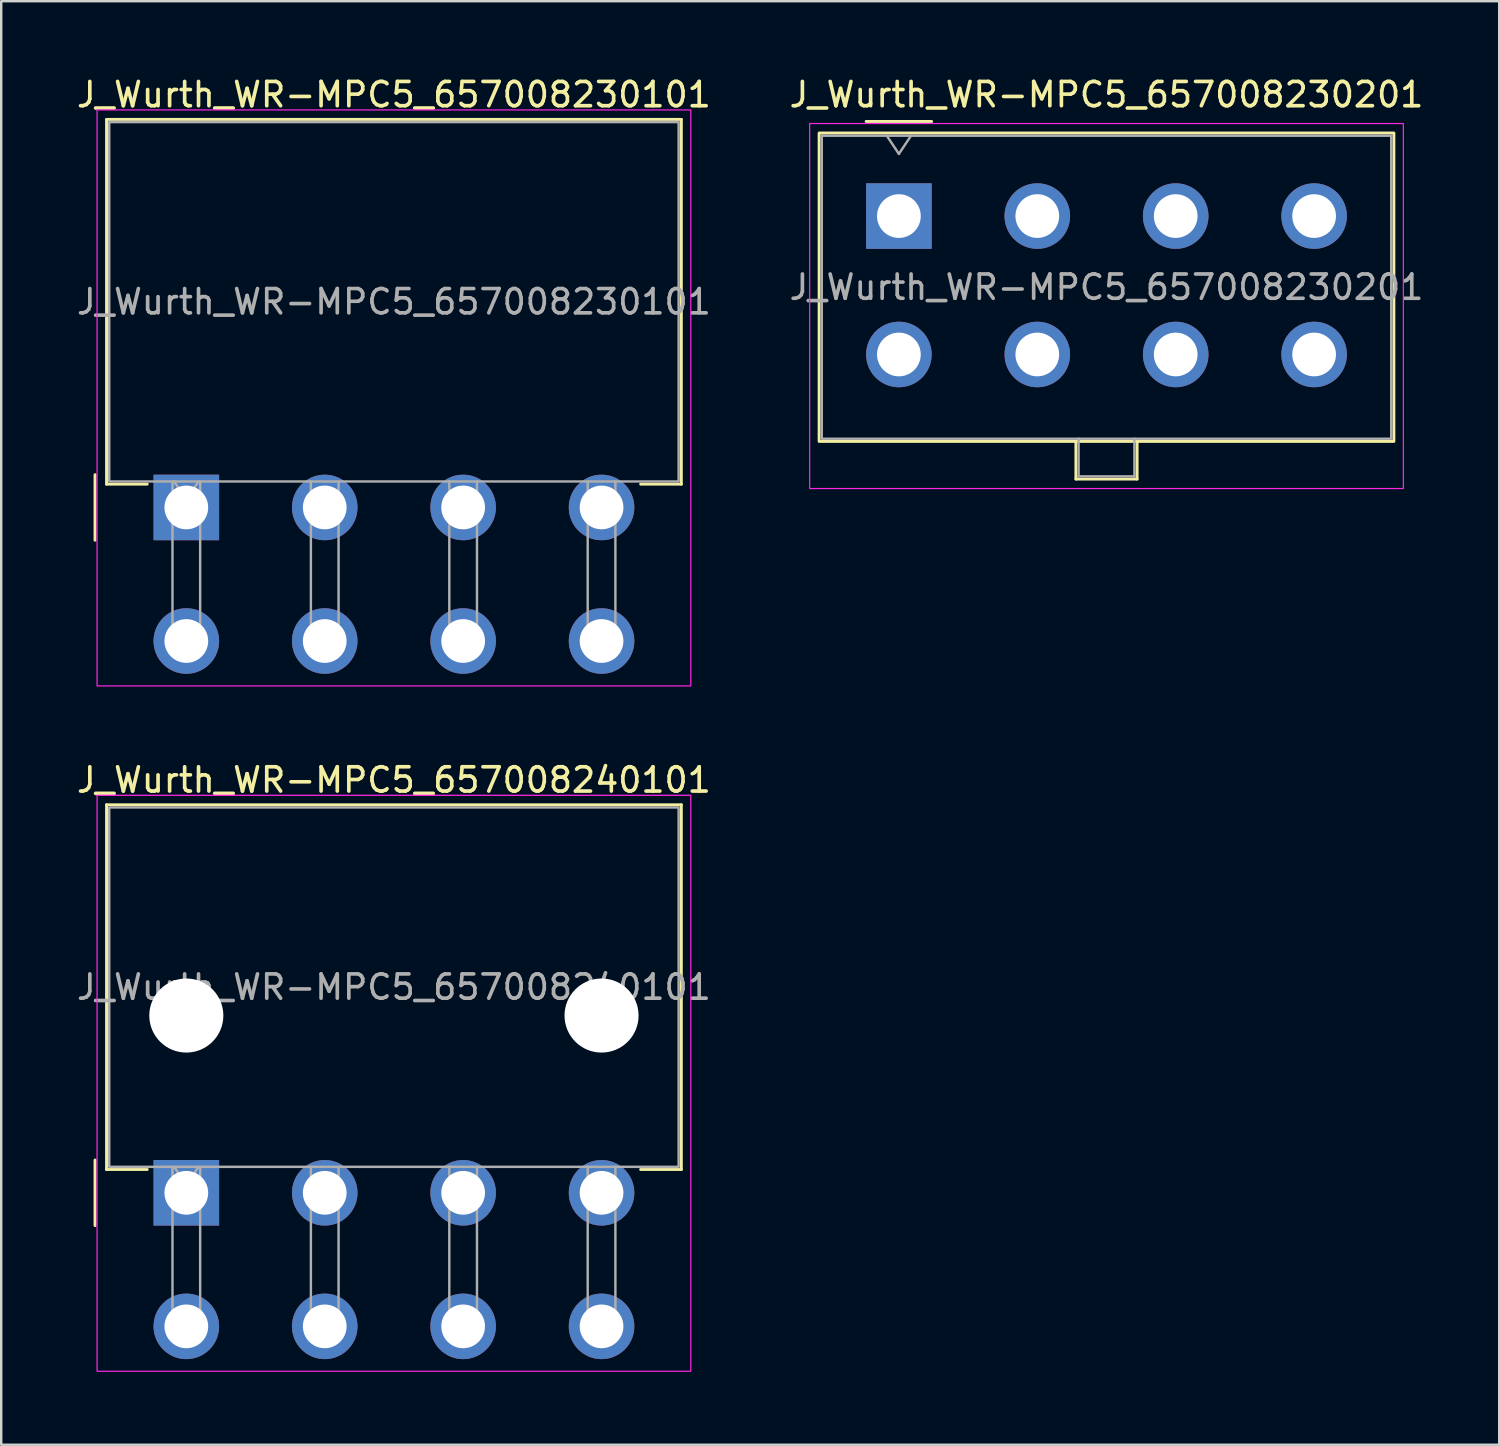
<source format=kicad_pcb>
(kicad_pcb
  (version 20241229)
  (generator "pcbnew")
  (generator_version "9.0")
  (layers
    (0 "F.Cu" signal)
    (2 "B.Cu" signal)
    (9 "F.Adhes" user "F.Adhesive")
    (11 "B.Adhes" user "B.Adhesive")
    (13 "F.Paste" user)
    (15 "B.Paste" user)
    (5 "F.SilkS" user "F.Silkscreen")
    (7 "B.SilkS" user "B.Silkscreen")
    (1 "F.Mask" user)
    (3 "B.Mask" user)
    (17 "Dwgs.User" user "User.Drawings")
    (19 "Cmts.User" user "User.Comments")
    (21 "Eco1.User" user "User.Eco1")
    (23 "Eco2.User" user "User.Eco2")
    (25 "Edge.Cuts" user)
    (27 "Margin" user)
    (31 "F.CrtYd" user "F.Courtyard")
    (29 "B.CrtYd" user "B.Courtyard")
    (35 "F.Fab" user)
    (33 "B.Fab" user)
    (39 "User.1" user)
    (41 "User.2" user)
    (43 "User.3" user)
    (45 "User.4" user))
  (footprint "J_Wurth_WR-MPC5_657008240101"
    (layer "F.Cu")
    (at 4.623 46.072)
    (property "Reference" "J_Wurth_WR-MPC5_657008240101" (at 8.55 -17 0) (unlocked yes) (layer "F.SilkS") (effects (font (size 1 1) (thickness 0.15))))
    (attr through_hole)
    (fp_line (start -3.76 -1.35) (end -3.76 1.35) (stroke (width 0.12) (type solid)) (layer "F.SilkS"))
    (fp_line (start -3.285 -15.98) (end -3.285 -0.96) (stroke (width 0.12) (type solid)) (layer "F.SilkS"))
    (fp_line (start -3.285 -15.98) (end 20.385 -15.98) (stroke (width 0.12) (type solid)) (layer "F.SilkS"))
    (fp_line (start -1.61 -0.96) (end -3.285 -0.96) (stroke (width 0.12) (type solid)) (layer "F.SilkS"))
    (fp_line (start 20.385 -15.98) (end 20.385 -0.96) (stroke (width 0.12) (type solid)) (layer "F.SilkS"))
    (fp_line (start 20.385 -0.96) (end 18.71 -0.96) (stroke (width 0.12) (type solid)) (layer "F.SilkS"))
    (fp_rect (start -3.675 -16.37) (end 20.775 7.35) (stroke (width 0.05) (type solid)) (fill no) (layer "F.CrtYd"))
    (fp_line (start -0.57 0.57) (end -0.57 -1.07) (stroke (width 0.1) (type solid)) (layer "F.Fab"))
    (fp_line (start -0.57 0.57) (end 0.57 0.57) (stroke (width 0.1) (type solid)) (layer "F.Fab"))
    (fp_line (start -0.57 6.07) (end -0.57 0.57) (stroke (width 0.1) (type solid)) (layer "F.Fab"))
    (fp_line (start 0 -0.32) (end -0.5 -1.07) (stroke (width 0.1) (type solid)) (layer "F.Fab"))
    (fp_line (start 0 -0.32) (end 0.5 -1.07) (stroke (width 0.1) (type solid)) (layer "F.Fab"))
    (fp_line (start 0.57 0.57) (end 0.57 -1.07) (stroke (width 0.1) (type solid)) (layer "F.Fab"))
    (fp_line (start 0.57 6.07) (end -0.57 6.07) (stroke (width 0.1) (type solid)) (layer "F.Fab"))
    (fp_line (start 0.57 6.07) (end 0.57 0.57) (stroke (width 0.1) (type solid)) (layer "F.Fab"))
    (fp_line (start 5.13 0.57) (end 5.13 -1.07) (stroke (width 0.1) (type solid)) (layer "F.Fab"))
    (fp_line (start 5.13 0.57) (end 6.27 0.57) (stroke (width 0.1) (type solid)) (layer "F.Fab"))
    (fp_line (start 5.13 6.07) (end 5.13 0.57) (stroke (width 0.1) (type solid)) (layer "F.Fab"))
    (fp_line (start 6.27 0.57) (end 6.27 -1.07) (stroke (width 0.1) (type solid)) (layer "F.Fab"))
    (fp_line (start 6.27 6.07) (end 5.13 6.07) (stroke (width 0.1) (type solid)) (layer "F.Fab"))
    (fp_line (start 6.27 6.07) (end 6.27 0.57) (stroke (width 0.1) (type solid)) (layer "F.Fab"))
    (fp_line (start 10.83 0.57) (end 10.83 -1.07) (stroke (width 0.1) (type solid)) (layer "F.Fab"))
    (fp_line (start 10.83 0.57) (end 11.97 0.57) (stroke (width 0.1) (type solid)) (layer "F.Fab"))
    (fp_line (start 10.83 6.07) (end 10.83 0.57) (stroke (width 0.1) (type solid)) (layer "F.Fab"))
    (fp_line (start 11.97 0.57) (end 11.97 -1.07) (stroke (width 0.1) (type solid)) (layer "F.Fab"))
    (fp_line (start 11.97 6.07) (end 10.83 6.07) (stroke (width 0.1) (type solid)) (layer "F.Fab"))
    (fp_line (start 11.97 6.07) (end 11.97 0.57) (stroke (width 0.1) (type solid)) (layer "F.Fab"))
    (fp_line (start 16.53 0.57) (end 16.53 -1.07) (stroke (width 0.1) (type solid)) (layer "F.Fab"))
    (fp_line (start 16.53 0.57) (end 17.67 0.57) (stroke (width 0.1) (type solid)) (layer "F.Fab"))
    (fp_line (start 16.53 6.07) (end 16.53 0.57) (stroke (width 0.1) (type solid)) (layer "F.Fab"))
    (fp_line (start 17.67 0.57) (end 17.67 -1.07) (stroke (width 0.1) (type solid)) (layer "F.Fab"))
    (fp_line (start 17.67 6.07) (end 16.53 6.07) (stroke (width 0.1) (type solid)) (layer "F.Fab"))
    (fp_line (start 17.67 6.07) (end 17.67 0.57) (stroke (width 0.1) (type solid)) (layer "F.Fab"))
    (fp_rect (start -3.175 -15.87) (end 20.275 -1.07) (stroke (width 0.1) (type solid)) (fill no) (layer "F.Fab"))
    (fp_text user "${REFERENCE}" (at 8.55 -8.47 0) (unlocked yes) (layer "F.Fab") (effects (font (size 1 1) (thickness 0.15))))
    (pad "" np_thru_hole circle (at 0 -7.3 180) (size 3.05 3.05) (drill 3.05) (layers "*.Cu" "*.Mask"))
    (pad "" np_thru_hole circle (at 17.1 -7.3 180) (size 3.05 3.05) (drill 3.05) (layers "*.Cu" "*.Mask"))
    (pad "1" thru_hole rect (at 0 0 180) (size 2.7 2.7) (drill 1.8) (layers "*.Cu" "*.Mask"))
    (pad "2" thru_hole circle (at 5.7 0 180) (size 2.7 2.7) (drill 1.8) (layers "*.Cu" "*.Mask"))
    (pad "3" thru_hole circle (at 11.4 0 180) (size 2.7 2.7) (drill 1.8) (layers "*.Cu" "*.Mask"))
    (pad "4" thru_hole circle (at 17.1 0 180) (size 2.7 2.7) (drill 1.8) (layers "*.Cu" "*.Mask"))
    (pad "5" thru_hole circle (at 0 5.5 180) (size 2.7 2.7) (drill 1.8) (layers "*.Cu" "*.Mask"))
    (pad "6" thru_hole circle (at 5.7 5.5 180) (size 2.7 2.7) (drill 1.8) (layers "*.Cu" "*.Mask"))
    (pad "7" thru_hole circle (at 11.4 5.5 180) (size 2.7 2.7) (drill 1.8) (layers "*.Cu" "*.Mask"))
    (pad "8" thru_hole circle (at 17.1 5.5 180) (size 2.7 2.7) (drill 1.8) (layers "*.Cu" "*.Mask")))
  (footprint "J_Wurth_WR-MPC5_657008230201"
    (layer "F.Cu")
    (at 33.968 5.848)
    (property "Reference" "J_Wurth_WR-MPC5_657008230201" (at 8.55 -5 0) (unlocked yes) (layer "F.SilkS") (effects (font (size 1 1) (thickness 0.15))))
    (attr through_hole)
    (fp_line (start -1.35 -3.895) (end 1.35 -3.895) (stroke (width 0.12) (type solid)) (layer "F.SilkS"))
    (fp_line (start 7.29 9.28) (end 7.29 10.83) (stroke (width 0.12) (type solid)) (layer "F.SilkS"))
    (fp_line (start 7.29 10.83) (end 9.81 10.83) (stroke (width 0.12) (type solid)) (layer "F.SilkS"))
    (fp_line (start 9.81 9.28) (end 9.81 10.83) (stroke (width 0.12) (type solid)) (layer "F.SilkS"))
    (fp_rect (start -3.285 -3.42) (end 20.385 9.28) (stroke (width 0.12) (type solid)) (fill no) (layer "F.SilkS"))
    (fp_rect (start -3.675 -3.81) (end 20.775 11.22) (stroke (width 0.05) (type solid)) (fill no) (layer "F.CrtYd"))
    (fp_line (start 0 -2.56) (end -0.5 -3.31) (stroke (width 0.1) (type solid)) (layer "F.Fab"))
    (fp_line (start 0 -2.56) (end 0.5 -3.31) (stroke (width 0.1) (type solid)) (layer "F.Fab"))
    (fp_line (start 7.4 10.72) (end 7.4 9.17) (stroke (width 0.1) (type solid)) (layer "F.Fab"))
    (fp_line (start 9.7 9.17) (end 9.7 10.72) (stroke (width 0.1) (type solid)) (layer "F.Fab"))
    (fp_line (start 9.7 10.72) (end 7.4 10.72) (stroke (width 0.1) (type solid)) (layer "F.Fab"))
    (fp_rect (start -3.175 -3.31) (end 20.275 9.17) (stroke (width 0.1) (type solid)) (fill no) (layer "F.Fab"))
    (fp_text user "${REFERENCE}" (at 8.55 2.93 0) (unlocked yes) (layer "F.Fab") (effects (font (size 1 1) (thickness 0.15))))
    (pad "1" thru_hole rect (at 0 0 180) (size 2.7 2.7) (drill 1.8) (layers "*.Cu" "*.Mask"))
    (pad "2" thru_hole oval (at 5.7 0 180) (size 2.7 2.7) (drill 1.8) (layers "*.Cu" "*.Mask"))
    (pad "3" thru_hole oval (at 11.4 0 180) (size 2.7 2.7) (drill 1.8) (layers "*.Cu" "*.Mask"))
    (pad "4" thru_hole oval (at 17.1 0 180) (size 2.7 2.7) (drill 1.8) (layers "*.Cu" "*.Mask"))
    (pad "5" thru_hole circle (at 0 5.7 180) (size 2.7 2.7) (drill 1.8) (layers "*.Cu" "*.Mask"))
    (pad "6" thru_hole circle (at 5.7 5.7 180) (size 2.7 2.7) (drill 1.8) (layers "*.Cu" "*.Mask"))
    (pad "7" thru_hole circle (at 11.4 5.7 180) (size 2.7 2.7) (drill 1.8) (layers "*.Cu" "*.Mask"))
    (pad "8" thru_hole circle (at 17.1 5.7 180) (size 2.7 2.7) (drill 1.8) (layers "*.Cu" "*.Mask")))
  (footprint "J_Wurth_WR-MPC5_657008230101"
    (layer "F.Cu")
    (at 4.623 17.848)
    (property "Reference" "J_Wurth_WR-MPC5_657008230101" (at 8.55 -17 0) (unlocked yes) (layer "F.SilkS") (effects (font (size 1 1) (thickness 0.15))))
    (attr through_hole)
    (fp_line (start -3.76 -1.35) (end -3.76 1.35) (stroke (width 0.12) (type solid)) (layer "F.SilkS"))
    (fp_line (start -3.285 -15.98) (end -3.285 -0.96) (stroke (width 0.12) (type solid)) (layer "F.SilkS"))
    (fp_line (start -3.285 -15.98) (end 20.385 -15.98) (stroke (width 0.12) (type solid)) (layer "F.SilkS"))
    (fp_line (start -1.61 -0.96) (end -3.285 -0.96) (stroke (width 0.12) (type solid)) (layer "F.SilkS"))
    (fp_line (start 20.385 -15.98) (end 20.385 -0.96) (stroke (width 0.12) (type solid)) (layer "F.SilkS"))
    (fp_line (start 20.385 -0.96) (end 18.71 -0.96) (stroke (width 0.12) (type solid)) (layer "F.SilkS"))
    (fp_rect (start -3.675 -16.37) (end 20.775 7.35) (stroke (width 0.05) (type solid)) (fill no) (layer "F.CrtYd"))
    (fp_line (start -0.57 0.57) (end -0.57 -1.07) (stroke (width 0.1) (type solid)) (layer "F.Fab"))
    (fp_line (start -0.57 0.57) (end 0.57 0.57) (stroke (width 0.1) (type solid)) (layer "F.Fab"))
    (fp_line (start -0.57 6.07) (end -0.57 0.57) (stroke (width 0.1) (type solid)) (layer "F.Fab"))
    (fp_line (start 0 -0.32) (end -0.5 -1.07) (stroke (width 0.1) (type solid)) (layer "F.Fab"))
    (fp_line (start 0 -0.32) (end 0.5 -1.07) (stroke (width 0.1) (type solid)) (layer "F.Fab"))
    (fp_line (start 0.57 0.57) (end 0.57 -1.07) (stroke (width 0.1) (type solid)) (layer "F.Fab"))
    (fp_line (start 0.57 6.07) (end -0.57 6.07) (stroke (width 0.1) (type solid)) (layer "F.Fab"))
    (fp_line (start 0.57 6.07) (end 0.57 0.57) (stroke (width 0.1) (type solid)) (layer "F.Fab"))
    (fp_line (start 5.13 0.57) (end 5.13 -1.07) (stroke (width 0.1) (type solid)) (layer "F.Fab"))
    (fp_line (start 5.13 0.57) (end 6.27 0.57) (stroke (width 0.1) (type solid)) (layer "F.Fab"))
    (fp_line (start 5.13 6.07) (end 5.13 0.57) (stroke (width 0.1) (type solid)) (layer "F.Fab"))
    (fp_line (start 6.27 0.57) (end 6.27 -1.07) (stroke (width 0.1) (type solid)) (layer "F.Fab"))
    (fp_line (start 6.27 6.07) (end 5.13 6.07) (stroke (width 0.1) (type solid)) (layer "F.Fab"))
    (fp_line (start 6.27 6.07) (end 6.27 0.57) (stroke (width 0.1) (type solid)) (layer "F.Fab"))
    (fp_line (start 10.83 0.57) (end 10.83 -1.07) (stroke (width 0.1) (type solid)) (layer "F.Fab"))
    (fp_line (start 10.83 0.57) (end 11.97 0.57) (stroke (width 0.1) (type solid)) (layer "F.Fab"))
    (fp_line (start 10.83 6.07) (end 10.83 0.57) (stroke (width 0.1) (type solid)) (layer "F.Fab"))
    (fp_line (start 11.97 0.57) (end 11.97 -1.07) (stroke (width 0.1) (type solid)) (layer "F.Fab"))
    (fp_line (start 11.97 6.07) (end 10.83 6.07) (stroke (width 0.1) (type solid)) (layer "F.Fab"))
    (fp_line (start 11.97 6.07) (end 11.97 0.57) (stroke (width 0.1) (type solid)) (layer "F.Fab"))
    (fp_line (start 16.53 0.57) (end 16.53 -1.07) (stroke (width 0.1) (type solid)) (layer "F.Fab"))
    (fp_line (start 16.53 0.57) (end 17.67 0.57) (stroke (width 0.1) (type solid)) (layer "F.Fab"))
    (fp_line (start 16.53 6.07) (end 16.53 0.57) (stroke (width 0.1) (type solid)) (layer "F.Fab"))
    (fp_line (start 17.67 0.57) (end 17.67 -1.07) (stroke (width 0.1) (type solid)) (layer "F.Fab"))
    (fp_line (start 17.67 6.07) (end 16.53 6.07) (stroke (width 0.1) (type solid)) (layer "F.Fab"))
    (fp_line (start 17.67 6.07) (end 17.67 0.57) (stroke (width 0.1) (type solid)) (layer "F.Fab"))
    (fp_rect (start -3.175 -15.87) (end 20.275 -1.07) (stroke (width 0.1) (type solid)) (fill no) (layer "F.Fab"))
    (fp_text user "${REFERENCE}" (at 8.55 -8.47 0) (unlocked yes) (layer "F.Fab") (effects (font (size 1 1) (thickness 0.15))))
    (pad "1" thru_hole rect (at 0 0 180) (size 2.7 2.7) (drill 1.8) (layers "*.Cu" "*.Mask"))
    (pad "2" thru_hole circle (at 5.7 0 180) (size 2.7 2.7) (drill 1.8) (layers "*.Cu" "*.Mask"))
    (pad "3" thru_hole circle (at 11.4 0 180) (size 2.7 2.7) (drill 1.8) (layers "*.Cu" "*.Mask"))
    (pad "4" thru_hole circle (at 17.1 0 180) (size 2.7 2.7) (drill 1.8) (layers "*.Cu" "*.Mask"))
    (pad "5" thru_hole circle (at 0 5.5 180) (size 2.7 2.7) (drill 1.8) (layers "*.Cu" "*.Mask"))
    (pad "6" thru_hole circle (at 5.7 5.5 180) (size 2.7 2.7) (drill 1.8) (layers "*.Cu" "*.Mask"))
    (pad "7" thru_hole circle (at 11.4 5.5 180) (size 2.7 2.7) (drill 1.8) (layers "*.Cu" "*.Mask"))
    (pad "8" thru_hole circle (at 17.1 5.5 180) (size 2.7 2.7) (drill 1.8) (layers "*.Cu" "*.Mask")))
  (gr_rect
    (start -3 -3)
    (end 58.69 56.447)
    (stroke (width 0.1) (type default))
    (fill no)
    (layer "Edge.Cuts")))
</source>
